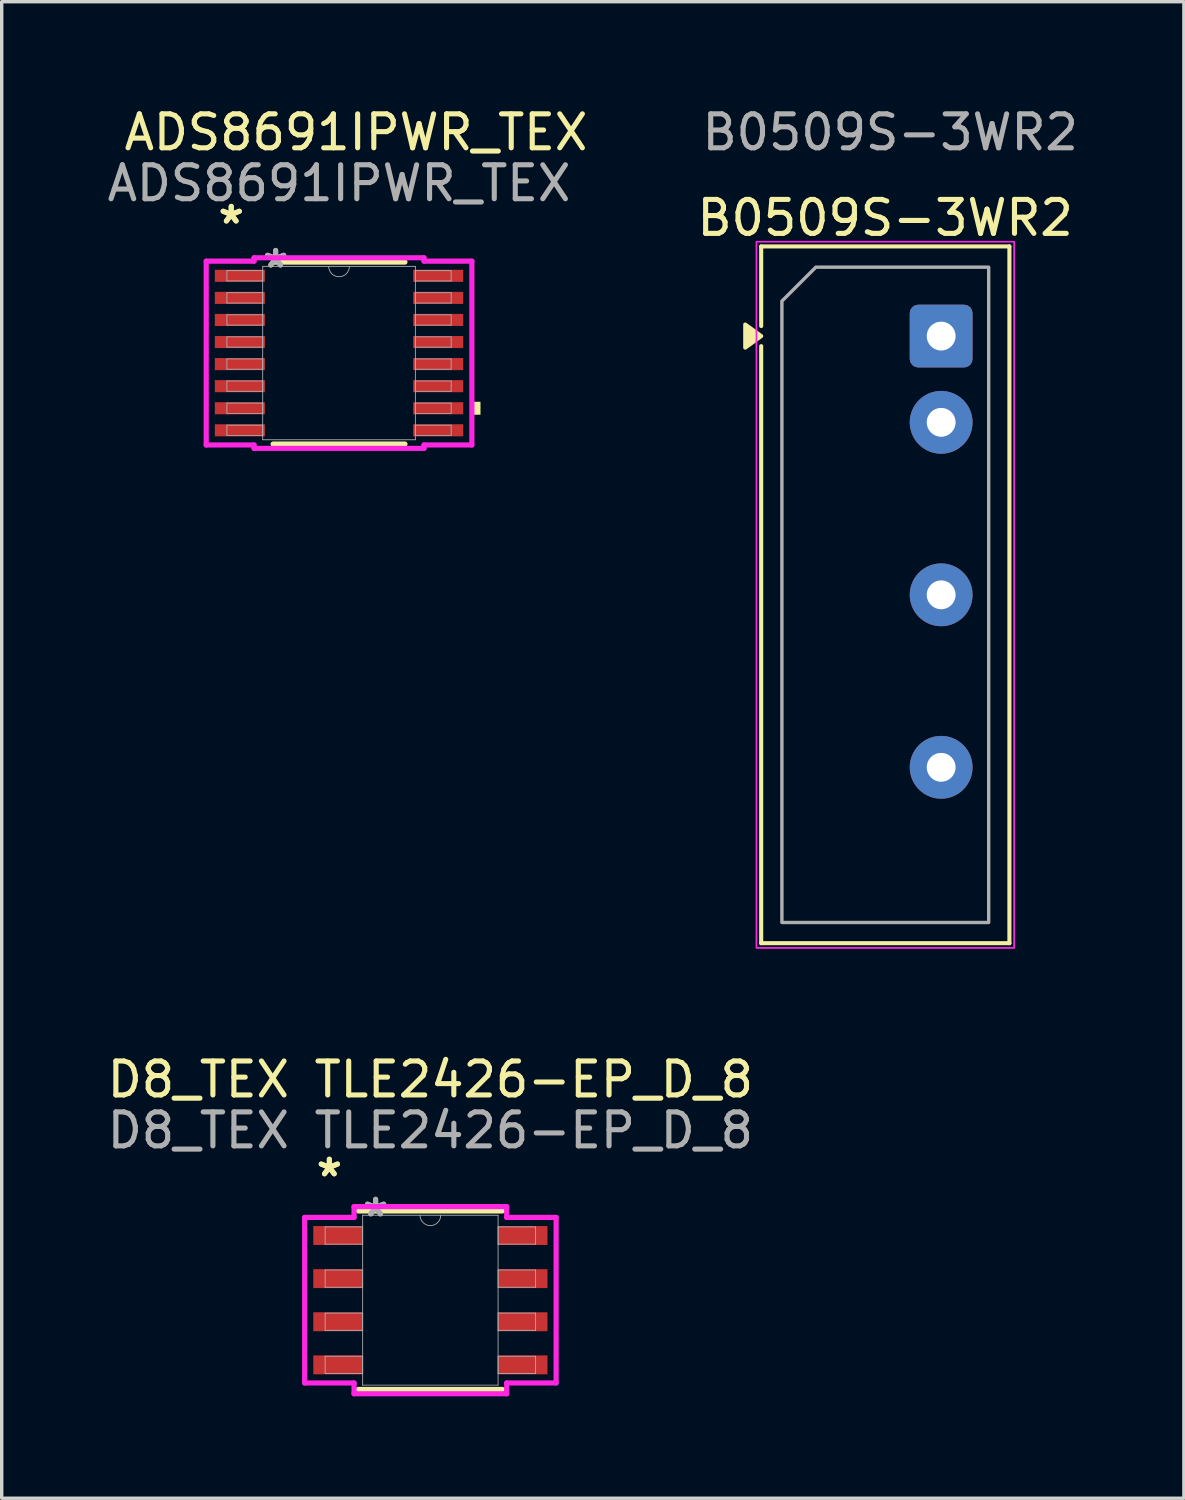
<source format=kicad_pcb>
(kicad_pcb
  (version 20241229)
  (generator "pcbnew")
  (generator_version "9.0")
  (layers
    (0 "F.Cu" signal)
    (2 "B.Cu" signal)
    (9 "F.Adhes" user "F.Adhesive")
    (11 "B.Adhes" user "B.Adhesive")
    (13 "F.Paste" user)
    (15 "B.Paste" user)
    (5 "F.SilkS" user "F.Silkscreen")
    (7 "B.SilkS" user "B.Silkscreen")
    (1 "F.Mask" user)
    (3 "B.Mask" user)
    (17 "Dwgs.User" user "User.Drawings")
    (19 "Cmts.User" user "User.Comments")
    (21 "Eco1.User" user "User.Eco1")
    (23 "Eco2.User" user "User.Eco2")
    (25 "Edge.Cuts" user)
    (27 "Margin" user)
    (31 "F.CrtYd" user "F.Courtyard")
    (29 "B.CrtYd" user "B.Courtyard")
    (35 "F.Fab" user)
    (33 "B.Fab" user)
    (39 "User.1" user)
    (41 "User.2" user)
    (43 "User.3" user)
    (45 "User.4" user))
  (footprint "ADS8691IPWR_TEX"
    (layer "F.Cu")
    (at 6.935 7.348)
    (property "Reference" "ADS8691IPWR_TEX" (at 0.5 -6.5 0) (unlocked yes) (layer "F.SilkS") (effects (font (size 1 1) (thickness 0.15))))
    (attr smd)
    (fp_line (start -1.941 2.68) (end 1.941 2.68) (stroke (width 0.152) (type solid)) (layer "F.SilkS"))
    (fp_line (start 1.941 -2.68) (end -1.941 -2.68) (stroke (width 0.152) (type solid)) (layer "F.SilkS"))
    (fp_poly (pts (xy 4.166 1.435) (xy 4.166 1.816) (xy 3.912 1.816) (xy 3.912 1.435)) (stroke (width 0) (type solid)) (fill yes) (layer "F.SilkS"))
    (fp_line (start -3.912 -2.707) (end -2.502 -2.707) (stroke (width 0.152) (type solid)) (layer "F.CrtYd"))
    (fp_line (start -3.912 2.707) (end -3.912 -2.707) (stroke (width 0.152) (type solid)) (layer "F.CrtYd"))
    (fp_line (start -3.912 2.707) (end -2.502 2.707) (stroke (width 0.152) (type solid)) (layer "F.CrtYd"))
    (fp_line (start -2.502 -2.807) (end 2.502 -2.807) (stroke (width 0.152) (type solid)) (layer "F.CrtYd"))
    (fp_line (start -2.502 -2.707) (end -2.502 -2.807) (stroke (width 0.152) (type solid)) (layer "F.CrtYd"))
    (fp_line (start -2.502 2.807) (end -2.502 2.707) (stroke (width 0.152) (type solid)) (layer "F.CrtYd"))
    (fp_line (start 2.502 -2.807) (end 2.502 -2.707) (stroke (width 0.152) (type solid)) (layer "F.CrtYd"))
    (fp_line (start 2.502 2.707) (end 2.502 2.807) (stroke (width 0.152) (type solid)) (layer "F.CrtYd"))
    (fp_line (start 2.502 2.807) (end -2.502 2.807) (stroke (width 0.152) (type solid)) (layer "F.CrtYd"))
    (fp_line (start 3.912 -2.707) (end 2.502 -2.707) (stroke (width 0.152) (type solid)) (layer "F.CrtYd"))
    (fp_line (start 3.912 -2.707) (end 3.912 2.707) (stroke (width 0.152) (type solid)) (layer "F.CrtYd"))
    (fp_line (start 3.912 2.707) (end 2.502 2.707) (stroke (width 0.152) (type solid)) (layer "F.CrtYd"))
    (fp_line (start -3.302 -2.427) (end -3.302 -2.123) (stroke (width 0.025) (type solid)) (layer "F.Fab"))
    (fp_line (start -3.302 -2.123) (end -2.248 -2.123) (stroke (width 0.025) (type solid)) (layer "F.Fab"))
    (fp_line (start -3.302 -1.777) (end -3.302 -1.473) (stroke (width 0.025) (type solid)) (layer "F.Fab"))
    (fp_line (start -3.302 -1.473) (end -2.248 -1.473) (stroke (width 0.025) (type solid)) (layer "F.Fab"))
    (fp_line (start -3.302 -1.127) (end -3.302 -0.823) (stroke (width 0.025) (type solid)) (layer "F.Fab"))
    (fp_line (start -3.302 -0.823) (end -2.248 -0.823) (stroke (width 0.025) (type solid)) (layer "F.Fab"))
    (fp_line (start -3.302 -0.477) (end -3.302 -0.173) (stroke (width 0.025) (type solid)) (layer "F.Fab"))
    (fp_line (start -3.302 -0.173) (end -2.248 -0.173) (stroke (width 0.025) (type solid)) (layer "F.Fab"))
    (fp_line (start -3.302 0.173) (end -3.302 0.477) (stroke (width 0.025) (type solid)) (layer "F.Fab"))
    (fp_line (start -3.302 0.477) (end -2.248 0.477) (stroke (width 0.025) (type solid)) (layer "F.Fab"))
    (fp_line (start -3.302 0.823) (end -3.302 1.127) (stroke (width 0.025) (type solid)) (layer "F.Fab"))
    (fp_line (start -3.302 1.127) (end -2.248 1.127) (stroke (width 0.025) (type solid)) (layer "F.Fab"))
    (fp_line (start -3.302 1.473) (end -3.302 1.777) (stroke (width 0.025) (type solid)) (layer "F.Fab"))
    (fp_line (start -3.302 1.777) (end -2.248 1.777) (stroke (width 0.025) (type solid)) (layer "F.Fab"))
    (fp_line (start -3.302 2.123) (end -3.302 2.427) (stroke (width 0.025) (type solid)) (layer "F.Fab"))
    (fp_line (start -3.302 2.427) (end -2.248 2.427) (stroke (width 0.025) (type solid)) (layer "F.Fab"))
    (fp_line (start -2.248 -2.553) (end -2.248 2.553) (stroke (width 0.025) (type solid)) (layer "F.Fab"))
    (fp_line (start -2.248 -2.427) (end -3.302 -2.427) (stroke (width 0.025) (type solid)) (layer "F.Fab"))
    (fp_line (start -2.248 -2.123) (end -2.248 -2.427) (stroke (width 0.025) (type solid)) (layer "F.Fab"))
    (fp_line (start -2.248 -1.777) (end -3.302 -1.777) (stroke (width 0.025) (type solid)) (layer "F.Fab"))
    (fp_line (start -2.248 -1.473) (end -2.248 -1.777) (stroke (width 0.025) (type solid)) (layer "F.Fab"))
    (fp_line (start -2.248 -1.127) (end -3.302 -1.127) (stroke (width 0.025) (type solid)) (layer "F.Fab"))
    (fp_line (start -2.248 -0.823) (end -2.248 -1.127) (stroke (width 0.025) (type solid)) (layer "F.Fab"))
    (fp_line (start -2.248 -0.477) (end -3.302 -0.477) (stroke (width 0.025) (type solid)) (layer "F.Fab"))
    (fp_line (start -2.248 -0.173) (end -2.248 -0.477) (stroke (width 0.025) (type solid)) (layer "F.Fab"))
    (fp_line (start -2.248 0.173) (end -3.302 0.173) (stroke (width 0.025) (type solid)) (layer "F.Fab"))
    (fp_line (start -2.248 0.477) (end -2.248 0.173) (stroke (width 0.025) (type solid)) (layer "F.Fab"))
    (fp_line (start -2.248 0.823) (end -3.302 0.823) (stroke (width 0.025) (type solid)) (layer "F.Fab"))
    (fp_line (start -2.248 1.127) (end -2.248 0.823) (stroke (width 0.025) (type solid)) (layer "F.Fab"))
    (fp_line (start -2.248 1.473) (end -3.302 1.473) (stroke (width 0.025) (type solid)) (layer "F.Fab"))
    (fp_line (start -2.248 1.777) (end -2.248 1.473) (stroke (width 0.025) (type solid)) (layer "F.Fab"))
    (fp_line (start -2.248 2.123) (end -3.302 2.123) (stroke (width 0.025) (type solid)) (layer "F.Fab"))
    (fp_line (start -2.248 2.427) (end -2.248 2.123) (stroke (width 0.025) (type solid)) (layer "F.Fab"))
    (fp_line (start -2.248 2.553) (end 2.248 2.553) (stroke (width 0.025) (type solid)) (layer "F.Fab"))
    (fp_line (start 2.248 -2.553) (end -2.248 -2.553) (stroke (width 0.025) (type solid)) (layer "F.Fab"))
    (fp_line (start 2.248 -2.427) (end 2.248 -2.123) (stroke (width 0.025) (type solid)) (layer "F.Fab"))
    (fp_line (start 2.248 -2.123) (end 3.302 -2.123) (stroke (width 0.025) (type solid)) (layer "F.Fab"))
    (fp_line (start 2.248 -1.777) (end 2.248 -1.473) (stroke (width 0.025) (type solid)) (layer "F.Fab"))
    (fp_line (start 2.248 -1.473) (end 3.302 -1.473) (stroke (width 0.025) (type solid)) (layer "F.Fab"))
    (fp_line (start 2.248 -1.127) (end 2.248 -0.823) (stroke (width 0.025) (type solid)) (layer "F.Fab"))
    (fp_line (start 2.248 -0.823) (end 3.302 -0.823) (stroke (width 0.025) (type solid)) (layer "F.Fab"))
    (fp_line (start 2.248 -0.477) (end 2.248 -0.173) (stroke (width 0.025) (type solid)) (layer "F.Fab"))
    (fp_line (start 2.248 -0.173) (end 3.302 -0.173) (stroke (width 0.025) (type solid)) (layer "F.Fab"))
    (fp_line (start 2.248 0.173) (end 2.248 0.477) (stroke (width 0.025) (type solid)) (layer "F.Fab"))
    (fp_line (start 2.248 0.477) (end 3.302 0.477) (stroke (width 0.025) (type solid)) (layer "F.Fab"))
    (fp_line (start 2.248 0.823) (end 2.248 1.127) (stroke (width 0.025) (type solid)) (layer "F.Fab"))
    (fp_line (start 2.248 1.127) (end 3.302 1.127) (stroke (width 0.025) (type solid)) (layer "F.Fab"))
    (fp_line (start 2.248 1.473) (end 2.248 1.777) (stroke (width 0.025) (type solid)) (layer "F.Fab"))
    (fp_line (start 2.248 1.777) (end 3.302 1.777) (stroke (width 0.025) (type solid)) (layer "F.Fab"))
    (fp_line (start 2.248 2.123) (end 2.248 2.427) (stroke (width 0.025) (type solid)) (layer "F.Fab"))
    (fp_line (start 2.248 2.427) (end 3.302 2.427) (stroke (width 0.025) (type solid)) (layer "F.Fab"))
    (fp_line (start 2.248 2.553) (end 2.248 -2.553) (stroke (width 0.025) (type solid)) (layer "F.Fab"))
    (fp_line (start 3.302 -2.427) (end 2.248 -2.427) (stroke (width 0.025) (type solid)) (layer "F.Fab"))
    (fp_line (start 3.302 -2.123) (end 3.302 -2.427) (stroke (width 0.025) (type solid)) (layer "F.Fab"))
    (fp_line (start 3.302 -1.777) (end 2.248 -1.777) (stroke (width 0.025) (type solid)) (layer "F.Fab"))
    (fp_line (start 3.302 -1.473) (end 3.302 -1.777) (stroke (width 0.025) (type solid)) (layer "F.Fab"))
    (fp_line (start 3.302 -1.127) (end 2.248 -1.127) (stroke (width 0.025) (type solid)) (layer "F.Fab"))
    (fp_line (start 3.302 -0.823) (end 3.302 -1.127) (stroke (width 0.025) (type solid)) (layer "F.Fab"))
    (fp_line (start 3.302 -0.477) (end 2.248 -0.477) (stroke (width 0.025) (type solid)) (layer "F.Fab"))
    (fp_line (start 3.302 -0.173) (end 3.302 -0.477) (stroke (width 0.025) (type solid)) (layer "F.Fab"))
    (fp_line (start 3.302 0.173) (end 2.248 0.173) (stroke (width 0.025) (type solid)) (layer "F.Fab"))
    (fp_line (start 3.302 0.477) (end 3.302 0.173) (stroke (width 0.025) (type solid)) (layer "F.Fab"))
    (fp_line (start 3.302 0.823) (end 2.248 0.823) (stroke (width 0.025) (type solid)) (layer "F.Fab"))
    (fp_line (start 3.302 1.127) (end 3.302 0.823) (stroke (width 0.025) (type solid)) (layer "F.Fab"))
    (fp_line (start 3.302 1.473) (end 2.248 1.473) (stroke (width 0.025) (type solid)) (layer "F.Fab"))
    (fp_line (start 3.302 1.777) (end 3.302 1.473) (stroke (width 0.025) (type solid)) (layer "F.Fab"))
    (fp_line (start 3.302 2.123) (end 2.248 2.123) (stroke (width 0.025) (type solid)) (layer "F.Fab"))
    (fp_line (start 3.302 2.427) (end 3.302 2.123) (stroke (width 0.025) (type solid)) (layer "F.Fab"))
    (fp_arc (start 0.3048 -2.5527) (mid 0 -2.2479) (end -0.3048 -2.5527) (stroke (width 0.0254) (type solid)) (layer "F.Fab"))
    (fp_text user "*" (at -3.175 -3.774 0) (layer "F.SilkS") (effects (font (size 1 1) (thickness 0.15))))
    (fp_text user "*" (at -3.175 -3.774 0) (unlocked yes) (layer "F.SilkS") (effects (font (size 1 1) (thickness 0.15))))
    (fp_text user "*" (at -1.867 -2.477 0) (unlocked yes) (layer "F.Fab") (effects (font (size 1 1) (thickness 0.15))))
    (fp_text user "*" (at -1.867 -2.477 0) (layer "F.Fab") (effects (font (size 1 1) (thickness 0.15))))
    (fp_text user "${REFERENCE}" (at 0 -5 0) (unlocked yes) (layer "F.Fab") (effects (font (size 1 1) (thickness 0.15))))
    (pad "1" smd rect (at -2.921 -2.275) (size 1.473 0.356) (layers "F.Cu" "F.Mask" "F.Paste"))
    (pad "2" smd rect (at -2.921 -1.625) (size 1.473 0.356) (layers "F.Cu" "F.Mask" "F.Paste"))
    (pad "3" smd rect (at -2.921 -0.975) (size 1.473 0.356) (layers "F.Cu" "F.Mask" "F.Paste"))
    (pad "4" smd rect (at -2.921 -0.325) (size 1.473 0.356) (layers "F.Cu" "F.Mask" "F.Paste"))
    (pad "5" smd rect (at -2.921 0.325) (size 1.473 0.356) (layers "F.Cu" "F.Mask" "F.Paste"))
    (pad "6" smd rect (at -2.921 0.975) (size 1.473 0.356) (layers "F.Cu" "F.Mask" "F.Paste"))
    (pad "7" smd rect (at -2.921 1.625) (size 1.473 0.356) (layers "F.Cu" "F.Mask" "F.Paste"))
    (pad "8" smd rect (at -2.921 2.275) (size 1.473 0.356) (layers "F.Cu" "F.Mask" "F.Paste"))
    (pad "9" smd rect (at 2.921 2.275) (size 1.473 0.356) (layers "F.Cu" "F.Mask" "F.Paste"))
    (pad "10" smd rect (at 2.921 1.625) (size 1.473 0.356) (layers "F.Cu" "F.Mask" "F.Paste"))
    (pad "11" smd rect (at 2.921 0.975) (size 1.473 0.356) (layers "F.Cu" "F.Mask" "F.Paste"))
    (pad "12" smd rect (at 2.921 0.325) (size 1.473 0.356) (layers "F.Cu" "F.Mask" "F.Paste"))
    (pad "13" smd rect (at 2.921 -0.325) (size 1.473 0.356) (layers "F.Cu" "F.Mask" "F.Paste"))
    (pad "14" smd rect (at 2.921 -0.975) (size 1.473 0.356) (layers "F.Cu" "F.Mask" "F.Paste"))
    (pad "15" smd rect (at 2.921 -1.625) (size 1.473 0.356) (layers "F.Cu" "F.Mask" "F.Paste"))
    (pad "16" smd rect (at 2.921 -2.275) (size 1.473 0.356) (layers "F.Cu" "F.Mask" "F.Paste")))
  (footprint "D8_TEX TLE2426-EP_D_8"
    (layer "F.Cu")
    (at 9.625 35.242)
    (property "Reference" "D8_TEX TLE2426-EP_D_8" (at 0 -6.5 0) (unlocked yes) (layer "F.SilkS") (effects (font (size 1 1) (thickness 0.15))))
    (attr smd)
    (fp_line (start -2.121 2.629) (end 2.121 2.629) (stroke (width 0.152) (type solid)) (layer "F.SilkS"))
    (fp_line (start 2.121 -2.629) (end -2.121 -2.629) (stroke (width 0.152) (type solid)) (layer "F.SilkS"))
    (fp_line (start -3.703 -2.438) (end -2.248 -2.438) (stroke (width 0.152) (type solid)) (layer "F.CrtYd"))
    (fp_line (start -3.703 2.438) (end -3.703 -2.438) (stroke (width 0.152) (type solid)) (layer "F.CrtYd"))
    (fp_line (start -3.703 2.438) (end -2.248 2.438) (stroke (width 0.152) (type solid)) (layer "F.CrtYd"))
    (fp_line (start -2.248 -2.756) (end 2.248 -2.756) (stroke (width 0.152) (type solid)) (layer "F.CrtYd"))
    (fp_line (start -2.248 -2.438) (end -2.248 -2.756) (stroke (width 0.152) (type solid)) (layer "F.CrtYd"))
    (fp_line (start -2.248 2.756) (end -2.248 2.438) (stroke (width 0.152) (type solid)) (layer "F.CrtYd"))
    (fp_line (start 2.248 -2.756) (end 2.248 -2.438) (stroke (width 0.152) (type solid)) (layer "F.CrtYd"))
    (fp_line (start 2.248 2.438) (end 2.248 2.756) (stroke (width 0.152) (type solid)) (layer "F.CrtYd"))
    (fp_line (start 2.248 2.756) (end -2.248 2.756) (stroke (width 0.152) (type solid)) (layer "F.CrtYd"))
    (fp_line (start 3.703 -2.438) (end 2.248 -2.438) (stroke (width 0.152) (type solid)) (layer "F.CrtYd"))
    (fp_line (start 3.703 -2.438) (end 3.703 2.438) (stroke (width 0.152) (type solid)) (layer "F.CrtYd"))
    (fp_line (start 3.703 2.438) (end 2.248 2.438) (stroke (width 0.152) (type solid)) (layer "F.CrtYd"))
    (fp_line (start -3.099 -2.159) (end -3.099 -1.651) (stroke (width 0.025) (type solid)) (layer "F.Fab"))
    (fp_line (start -3.099 -1.651) (end -1.994 -1.651) (stroke (width 0.025) (type solid)) (layer "F.Fab"))
    (fp_line (start -3.099 -0.889) (end -3.099 -0.381) (stroke (width 0.025) (type solid)) (layer "F.Fab"))
    (fp_line (start -3.099 -0.381) (end -1.994 -0.381) (stroke (width 0.025) (type solid)) (layer "F.Fab"))
    (fp_line (start -3.099 0.381) (end -3.099 0.889) (stroke (width 0.025) (type solid)) (layer "F.Fab"))
    (fp_line (start -3.099 0.889) (end -1.994 0.889) (stroke (width 0.025) (type solid)) (layer "F.Fab"))
    (fp_line (start -3.099 1.651) (end -3.099 2.159) (stroke (width 0.025) (type solid)) (layer "F.Fab"))
    (fp_line (start -3.099 2.159) (end -1.994 2.159) (stroke (width 0.025) (type solid)) (layer "F.Fab"))
    (fp_line (start -1.994 -2.502) (end -1.994 2.502) (stroke (width 0.025) (type solid)) (layer "F.Fab"))
    (fp_line (start -1.994 -2.159) (end -3.099 -2.159) (stroke (width 0.025) (type solid)) (layer "F.Fab"))
    (fp_line (start -1.994 -1.651) (end -1.994 -2.159) (stroke (width 0.025) (type solid)) (layer "F.Fab"))
    (fp_line (start -1.994 -0.889) (end -3.099 -0.889) (stroke (width 0.025) (type solid)) (layer "F.Fab"))
    (fp_line (start -1.994 -0.381) (end -1.994 -0.889) (stroke (width 0.025) (type solid)) (layer "F.Fab"))
    (fp_line (start -1.994 0.381) (end -3.099 0.381) (stroke (width 0.025) (type solid)) (layer "F.Fab"))
    (fp_line (start -1.994 0.889) (end -1.994 0.381) (stroke (width 0.025) (type solid)) (layer "F.Fab"))
    (fp_line (start -1.994 1.651) (end -3.099 1.651) (stroke (width 0.025) (type solid)) (layer "F.Fab"))
    (fp_line (start -1.994 2.159) (end -1.994 1.651) (stroke (width 0.025) (type solid)) (layer "F.Fab"))
    (fp_line (start -1.994 2.502) (end 1.994 2.502) (stroke (width 0.025) (type solid)) (layer "F.Fab"))
    (fp_line (start 1.994 -2.502) (end -1.994 -2.502) (stroke (width 0.025) (type solid)) (layer "F.Fab"))
    (fp_line (start 1.994 -2.159) (end 1.994 -1.651) (stroke (width 0.025) (type solid)) (layer "F.Fab"))
    (fp_line (start 1.994 -1.651) (end 3.099 -1.651) (stroke (width 0.025) (type solid)) (layer "F.Fab"))
    (fp_line (start 1.994 -0.889) (end 1.994 -0.381) (stroke (width 0.025) (type solid)) (layer "F.Fab"))
    (fp_line (start 1.994 -0.381) (end 3.099 -0.381) (stroke (width 0.025) (type solid)) (layer "F.Fab"))
    (fp_line (start 1.994 0.381) (end 1.994 0.889) (stroke (width 0.025) (type solid)) (layer "F.Fab"))
    (fp_line (start 1.994 0.889) (end 3.099 0.889) (stroke (width 0.025) (type solid)) (layer "F.Fab"))
    (fp_line (start 1.994 1.651) (end 1.994 2.159) (stroke (width 0.025) (type solid)) (layer "F.Fab"))
    (fp_line (start 1.994 2.159) (end 3.099 2.159) (stroke (width 0.025) (type solid)) (layer "F.Fab"))
    (fp_line (start 1.994 2.502) (end 1.994 -2.502) (stroke (width 0.025) (type solid)) (layer "F.Fab"))
    (fp_line (start 3.099 -2.159) (end 1.994 -2.159) (stroke (width 0.025) (type solid)) (layer "F.Fab"))
    (fp_line (start 3.099 -1.651) (end 3.099 -2.159) (stroke (width 0.025) (type solid)) (layer "F.Fab"))
    (fp_line (start 3.099 -0.889) (end 1.994 -0.889) (stroke (width 0.025) (type solid)) (layer "F.Fab"))
    (fp_line (start 3.099 -0.381) (end 3.099 -0.889) (stroke (width 0.025) (type solid)) (layer "F.Fab"))
    (fp_line (start 3.099 0.381) (end 1.994 0.381) (stroke (width 0.025) (type solid)) (layer "F.Fab"))
    (fp_line (start 3.099 0.889) (end 3.099 0.381) (stroke (width 0.025) (type solid)) (layer "F.Fab"))
    (fp_line (start 3.099 1.651) (end 1.994 1.651) (stroke (width 0.025) (type solid)) (layer "F.Fab"))
    (fp_line (start 3.099 2.159) (end 3.099 1.651) (stroke (width 0.025) (type solid)) (layer "F.Fab"))
    (fp_arc (start 0.3048 -2.5019) (mid 0 -2.1971) (end -0.3048 -2.5019) (stroke (width 0.0254) (type solid)) (layer "F.Fab"))
    (fp_text user "*" (at -2.975 -3.606 0) (layer "F.SilkS") (effects (font (size 1 1) (thickness 0.15))))
    (fp_text user "*" (at -2.975 -3.606 0) (unlocked yes) (layer "F.SilkS") (effects (font (size 1 1) (thickness 0.15))))
    (fp_text user "*" (at -1.613 -2.426 0) (unlocked yes) (layer "F.Fab") (effects (font (size 1 1) (thickness 0.15))))
    (fp_text user "${REFERENCE}" (at 0 -5 0) (unlocked yes) (layer "F.Fab") (effects (font (size 1 1) (thickness 0.15))))
    (fp_text user "*" (at -1.613 -2.426 0) (layer "F.Fab") (effects (font (size 1 1) (thickness 0.15))))
    (pad "1" smd rect (at -2.721 -1.905) (size 1.455 0.558) (layers "F.Cu" "F.Mask" "F.Paste"))
    (pad "2" smd rect (at -2.721 -0.635) (size 1.455 0.558) (layers "F.Cu" "F.Mask" "F.Paste"))
    (pad "3" smd rect (at -2.721 0.635) (size 1.455 0.558) (layers "F.Cu" "F.Mask" "F.Paste"))
    (pad "4" smd rect (at -2.721 1.905) (size 1.455 0.558) (layers "F.Cu" "F.Mask" "F.Paste"))
    (pad "5" smd rect (at 2.721 1.905) (size 1.455 0.558) (layers "F.Cu" "F.Mask" "F.Paste"))
    (pad "6" smd rect (at 2.721 0.635) (size 1.455 0.558) (layers "F.Cu" "F.Mask" "F.Paste"))
    (pad "7" smd rect (at 2.721 -0.635) (size 1.455 0.558) (layers "F.Cu" "F.Mask" "F.Paste"))
    (pad "8" smd rect (at 2.721 -1.905) (size 1.455 0.558) (layers "F.Cu" "F.Mask" "F.Paste")))
  (footprint "B0509S-3WR2"
    (layer "F.Cu")
    (at 24.668 6.848)
    (property "Reference" "B0509S-3WR2" (at -1.65 -3.48 0) (layer "F.SilkS") (effects (font (size 1 1) (thickness 0.15))))
    (attr through_hole)
    (fp_line (start -5.3 -2.64) (end 2.01 -2.64) (stroke (width 0.12) (type solid)) (layer "F.SilkS"))
    (fp_line (start -5.3 -0.296) (end -5.3 -2.64) (stroke (width 0.12) (type solid)) (layer "F.SilkS"))
    (fp_line (start -5.3 17.88) (end -5.3 0.296) (stroke (width 0.12) (type solid)) (layer "F.SilkS"))
    (fp_line (start 2.01 -2.64) (end 2.01 17.88) (stroke (width 0.12) (type solid)) (layer "F.SilkS"))
    (fp_line (start 2.01 17.88) (end -5.3 17.88) (stroke (width 0.12) (type solid)) (layer "F.SilkS"))
    (fp_poly (pts (xy -5.3 0) (xy -5.77 0.34) (xy -5.77 -0.34)) (stroke (width 0.12) (type solid)) (fill yes) (layer "F.SilkS"))
    (fp_rect (start -5.44 -2.78) (end 2.15 18.02) (stroke (width 0.05) (type solid)) (fill no) (layer "F.CrtYd"))
    (fp_poly (pts (xy -4.69 -1.03) (xy -4.69 17.27) (xy 1.4 17.27) (xy 1.4 -2.03) (xy -3.69 -2.03)) (stroke (width 0.1) (type solid)) (fill no) (layer "F.Fab"))
    (fp_text user "${REFERENCE}" (at -1.5 -6 0) (layer "F.Fab") (effects (font (size 1 1) (thickness 0.15))))
    (pad "1" thru_hole roundrect (at 0 0) (size 1.85 1.85) (drill 0.85) (layers "*.Cu" "*.Mask") (roundrect_rratio 0.135))
    (pad "2" thru_hole circle (at 0 2.54) (size 1.85 1.85) (drill 0.85) (layers "*.Cu" "*.Mask"))
    (pad "4" thru_hole circle (at 0 7.62) (size 1.85 1.85) (drill 0.85) (layers "*.Cu" "*.Mask"))
    (pad "6" thru_hole circle (at 0 12.7) (size 1.85 1.85) (drill 0.85) (layers "*.Cu" "*.Mask")))
  (gr_rect
    (start -3 -3)
    (end 31.817 41.074)
    (stroke (width 0.1) (type default))
    (fill no)
    (layer "Edge.Cuts")))
</source>
